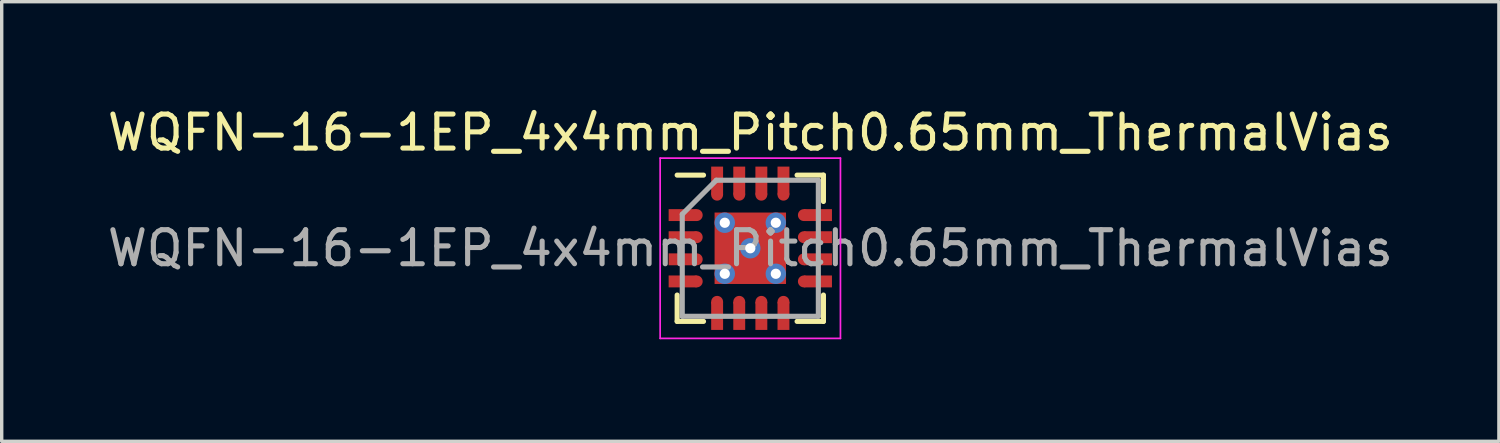
<source format=kicad_pcb>
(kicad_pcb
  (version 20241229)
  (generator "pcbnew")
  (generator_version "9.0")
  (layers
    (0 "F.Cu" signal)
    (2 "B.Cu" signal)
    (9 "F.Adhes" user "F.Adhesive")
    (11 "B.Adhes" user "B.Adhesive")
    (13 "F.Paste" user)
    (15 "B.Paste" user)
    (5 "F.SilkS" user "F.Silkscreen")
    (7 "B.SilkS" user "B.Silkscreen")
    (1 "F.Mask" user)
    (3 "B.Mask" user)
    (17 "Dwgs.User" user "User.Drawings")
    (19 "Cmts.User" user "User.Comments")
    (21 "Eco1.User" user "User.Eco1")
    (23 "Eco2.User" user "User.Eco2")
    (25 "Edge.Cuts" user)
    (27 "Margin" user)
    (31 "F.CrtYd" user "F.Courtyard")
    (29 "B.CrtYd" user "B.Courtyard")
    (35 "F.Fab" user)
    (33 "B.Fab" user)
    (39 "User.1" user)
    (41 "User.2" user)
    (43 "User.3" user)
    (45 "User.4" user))
  (footprint "WQFN-16-1EP_4x4mm_Pitch0.65mm_ThermalVias"
    (layer "F.Cu")
    (at 19.006 4.248)
    (property "Reference" "WQFN-16-1EP_4x4mm_Pitch0.65mm_ThermalVias" (at 0 -3.4 0) (layer "F.SilkS") (effects (font (size 1 1) (thickness 0.15))))
    (attr smd)
    (fp_line (start -2.15 -2.15) (end -1.375 -2.15) (stroke (width 0.15) (type solid)) (layer "F.SilkS"))
    (fp_line (start -2.15 2.15) (end -2.15 1.375) (stroke (width 0.15) (type solid)) (layer "F.SilkS"))
    (fp_line (start -2.15 2.15) (end -1.375 2.15) (stroke (width 0.15) (type solid)) (layer "F.SilkS"))
    (fp_line (start 2.15 -2.15) (end 1.375 -2.15) (stroke (width 0.15) (type solid)) (layer "F.SilkS"))
    (fp_line (start 2.15 -2.15) (end 2.15 -1.375) (stroke (width 0.15) (type solid)) (layer "F.SilkS"))
    (fp_line (start 2.15 2.15) (end 1.375 2.15) (stroke (width 0.15) (type solid)) (layer "F.SilkS"))
    (fp_line (start 2.15 2.15) (end 2.15 1.375) (stroke (width 0.15) (type solid)) (layer "F.SilkS"))
    (fp_line (start -2.65 -2.65) (end -2.65 2.65) (stroke (width 0.05) (type solid)) (layer "F.CrtYd"))
    (fp_line (start -2.65 -2.65) (end 2.65 -2.65) (stroke (width 0.05) (type solid)) (layer "F.CrtYd"))
    (fp_line (start -2.65 2.65) (end 2.65 2.65) (stroke (width 0.05) (type solid)) (layer "F.CrtYd"))
    (fp_line (start 2.65 -2.65) (end 2.65 2.65) (stroke (width 0.05) (type solid)) (layer "F.CrtYd"))
    (fp_line (start -2 -1) (end -1 -2) (stroke (width 0.15) (type solid)) (layer "F.Fab"))
    (fp_line (start -2 2) (end -2 -1) (stroke (width 0.15) (type solid)) (layer "F.Fab"))
    (fp_line (start -1 -2) (end 2 -2) (stroke (width 0.15) (type solid)) (layer "F.Fab"))
    (fp_line (start 2 -2) (end 2 2) (stroke (width 0.15) (type solid)) (layer "F.Fab"))
    (fp_line (start 2 2) (end -2 2) (stroke (width 0.15) (type solid)) (layer "F.Fab"))
    (fp_text user "${REFERENCE}" (at 0 0 0) (layer "F.Fab") (effects (font (size 1 1) (thickness 0.15))))
    (pad "1" smd rect (at -1.988 -0.975) (size 0.825 0.35) (layers "F.Cu" "F.Mask" "F.Paste"))
    (pad "1" smd circle (at -1.575 -0.975) (size 0.35 0.35) (layers "F.Cu" "F.Mask" "F.Paste"))
    (pad "2" smd rect (at -1.988 -0.325) (size 0.825 0.35) (layers "F.Cu" "F.Mask" "F.Paste"))
    (pad "2" smd circle (at -1.575 -0.325) (size 0.35 0.35) (layers "F.Cu" "F.Mask" "F.Paste"))
    (pad "3" smd rect (at -1.988 0.325) (size 0.825 0.35) (layers "F.Cu" "F.Mask" "F.Paste"))
    (pad "3" smd circle (at -1.575 0.325) (size 0.35 0.35) (layers "F.Cu" "F.Mask" "F.Paste"))
    (pad "4" smd rect (at -1.988 0.975) (size 0.825 0.35) (layers "F.Cu" "F.Mask" "F.Paste"))
    (pad "4" smd circle (at -1.575 0.975) (size 0.35 0.35) (layers "F.Cu" "F.Mask" "F.Paste"))
    (pad "5" smd circle (at -0.975 1.575 90) (size 0.35 0.35) (layers "F.Cu" "F.Mask" "F.Paste"))
    (pad "5" smd rect (at -0.975 1.988 90) (size 0.825 0.35) (layers "F.Cu" "F.Mask" "F.Paste"))
    (pad "6" smd circle (at -0.325 1.575 90) (size 0.35 0.35) (layers "F.Cu" "F.Mask" "F.Paste"))
    (pad "6" smd rect (at -0.325 1.988 90) (size 0.825 0.35) (layers "F.Cu" "F.Mask" "F.Paste"))
    (pad "7" smd circle (at 0.325 1.575 90) (size 0.35 0.35) (layers "F.Cu" "F.Mask" "F.Paste"))
    (pad "7" smd rect (at 0.325 1.988 90) (size 0.825 0.35) (layers "F.Cu" "F.Mask" "F.Paste"))
    (pad "8" smd circle (at 0.975 1.575 90) (size 0.35 0.35) (layers "F.Cu" "F.Mask" "F.Paste"))
    (pad "8" smd rect (at 0.975 1.988 90) (size 0.825 0.35) (layers "F.Cu" "F.Mask" "F.Paste"))
    (pad "9" smd circle (at 1.575 0.975) (size 0.35 0.35) (layers "F.Cu" "F.Mask" "F.Paste"))
    (pad "9" smd rect (at 1.988 0.975) (size 0.825 0.35) (layers "F.Cu" "F.Mask" "F.Paste"))
    (pad "10" smd circle (at 1.575 0.325) (size 0.35 0.35) (layers "F.Cu" "F.Mask" "F.Paste"))
    (pad "10" smd rect (at 1.988 0.325) (size 0.825 0.35) (layers "F.Cu" "F.Mask" "F.Paste"))
    (pad "11" smd circle (at 1.575 -0.325) (size 0.35 0.35) (layers "F.Cu" "F.Mask" "F.Paste"))
    (pad "11" smd rect (at 1.988 -0.325) (size 0.825 0.35) (layers "F.Cu" "F.Mask" "F.Paste"))
    (pad "12" smd circle (at 1.575 -0.975) (size 0.35 0.35) (layers "F.Cu" "F.Mask" "F.Paste"))
    (pad "12" smd rect (at 1.988 -0.975) (size 0.825 0.35) (layers "F.Cu" "F.Mask" "F.Paste"))
    (pad "13" smd rect (at 0.975 -1.988 90) (size 0.825 0.35) (layers "F.Cu" "F.Mask" "F.Paste"))
    (pad "13" smd circle (at 0.975 -1.575 90) (size 0.35 0.35) (layers "F.Cu" "F.Mask" "F.Paste"))
    (pad "14" smd rect (at 0.325 -1.988 90) (size 0.825 0.35) (layers "F.Cu" "F.Mask" "F.Paste"))
    (pad "14" smd circle (at 0.325 -1.575 90) (size 0.35 0.35) (layers "F.Cu" "F.Mask" "F.Paste"))
    (pad "15" smd rect (at -0.325 -1.988 90) (size 0.825 0.35) (layers "F.Cu" "F.Mask" "F.Paste"))
    (pad "15" smd circle (at -0.325 -1.575 90) (size 0.35 0.35) (layers "F.Cu" "F.Mask" "F.Paste"))
    (pad "16" smd rect (at -0.975 -1.988 90) (size 0.825 0.35) (layers "F.Cu" "F.Mask" "F.Paste"))
    (pad "16" smd circle (at -0.975 -1.575 90) (size 0.35 0.35) (layers "F.Cu" "F.Mask" "F.Paste"))
    (pad "17" thru_hole circle (at -0.75 -0.75) (size 0.6 0.6) (drill 0.3) (layers "*.Cu" "*.Mask"))
    (pad "17" thru_hole circle (at -0.75 0.75) (size 0.6 0.6) (drill 0.3) (layers "*.Cu" "*.Mask"))
    (pad "17" thru_hole circle (at 0 0) (size 0.6 0.6) (drill 0.3) (layers "*.Cu" "*.Mask"))
    (pad "17" smd rect (at 0 0) (size 2.1 2.1) (layers "F.Cu" "F.Mask" "F.Paste"))
    (pad "17" thru_hole circle (at 0.75 -0.75) (size 0.6 0.6) (drill 0.3) (layers "*.Cu" "*.Mask"))
    (pad "17" thru_hole circle (at 0.75 0.75) (size 0.6 0.6) (drill 0.3) (layers "*.Cu" "*.Mask")))
  (gr_rect
    (start -3 -3)
    (end 41.012 9.923)
    (stroke (width 0.1) (type default))
    (fill no)
    (layer "Edge.Cuts")))
</source>
